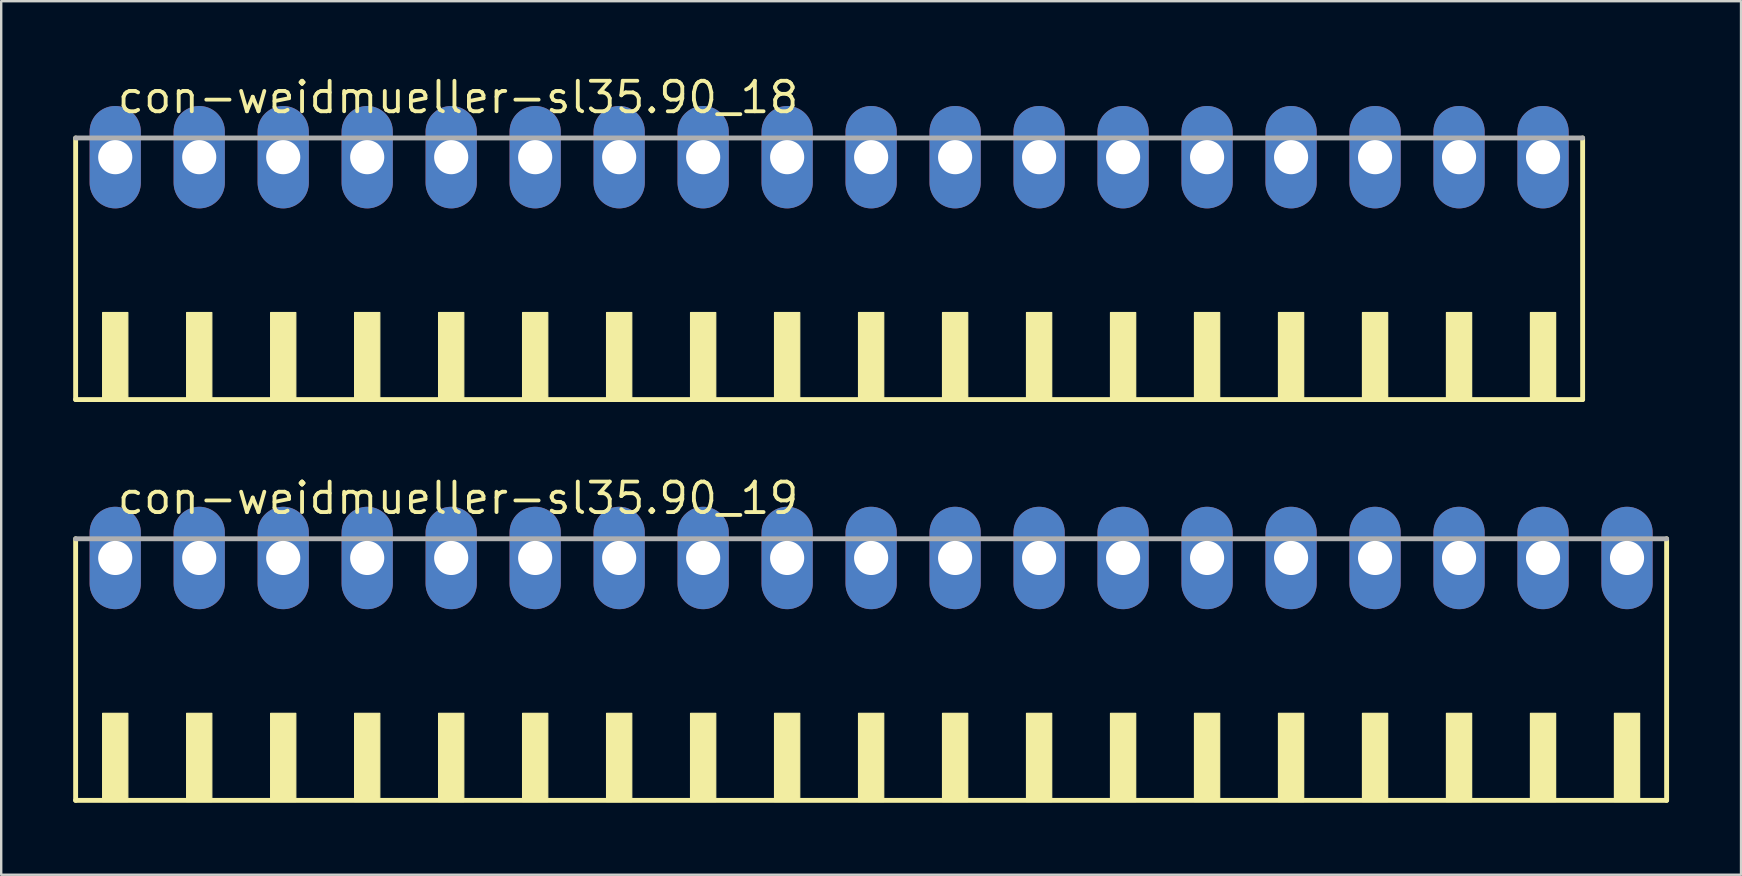
<source format=kicad_pcb>
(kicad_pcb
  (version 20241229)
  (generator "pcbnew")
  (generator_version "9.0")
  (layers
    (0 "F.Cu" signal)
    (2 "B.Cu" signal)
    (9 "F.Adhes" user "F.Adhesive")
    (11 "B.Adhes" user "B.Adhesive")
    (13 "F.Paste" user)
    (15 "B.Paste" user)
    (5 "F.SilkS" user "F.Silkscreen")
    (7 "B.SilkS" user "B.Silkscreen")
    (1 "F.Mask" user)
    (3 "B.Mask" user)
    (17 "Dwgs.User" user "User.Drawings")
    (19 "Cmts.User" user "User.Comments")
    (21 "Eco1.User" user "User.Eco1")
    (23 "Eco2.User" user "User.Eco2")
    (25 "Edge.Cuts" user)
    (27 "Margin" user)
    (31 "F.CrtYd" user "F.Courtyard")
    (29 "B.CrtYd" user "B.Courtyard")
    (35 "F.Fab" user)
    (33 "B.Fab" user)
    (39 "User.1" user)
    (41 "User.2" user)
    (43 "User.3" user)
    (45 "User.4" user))
  (footprint "con-weidmueller-sl35.90_18"
    (layer "F.Cu")
    (at 31.502 8.75)
    (property "Reference" "con-weidmueller-sl35.90_18" (at -29.75 -7 0) (layer "F.SilkS") (effects (font (size 1.27 1.27) (thickness 0.16)) (justify left bottom)))
    (attr through_hole)
    (fp_line (start -31.4 -6.05) (end -31.4 4.85) (stroke (width 0.203) (type default)) (layer "F.SilkS"))
    (fp_line (start -31.4 4.85) (end 31.4 4.85) (stroke (width 0.203) (type default)) (layer "F.SilkS"))
    (fp_line (start 31.4 4.85) (end 31.4 -6.05) (stroke (width 0.203) (type default)) (layer "F.SilkS"))
    (fp_rect (start -30.275 4.9) (end -29.225 1.225) (stroke (width 0.05) (type default)) (fill yes) (layer "F.SilkS"))
    (fp_rect (start -26.775 4.9) (end -25.725 1.225) (stroke (width 0.05) (type default)) (fill yes) (layer "F.SilkS"))
    (fp_rect (start -23.275 4.9) (end -22.225 1.225) (stroke (width 0.05) (type default)) (fill yes) (layer "F.SilkS"))
    (fp_rect (start -19.775 4.9) (end -18.725 1.225) (stroke (width 0.05) (type default)) (fill yes) (layer "F.SilkS"))
    (fp_rect (start -16.275 4.9) (end -15.225 1.225) (stroke (width 0.05) (type default)) (fill yes) (layer "F.SilkS"))
    (fp_rect (start -12.775 4.9) (end -11.725 1.225) (stroke (width 0.05) (type default)) (fill yes) (layer "F.SilkS"))
    (fp_rect (start -9.275 4.9) (end -8.225 1.225) (stroke (width 0.05) (type default)) (fill yes) (layer "F.SilkS"))
    (fp_rect (start -5.775 4.9) (end -4.725 1.225) (stroke (width 0.05) (type default)) (fill yes) (layer "F.SilkS"))
    (fp_rect (start -2.275 4.9) (end -1.225 1.225) (stroke (width 0.05) (type default)) (fill yes) (layer "F.SilkS"))
    (fp_rect (start 1.225 4.9) (end 2.275 1.225) (stroke (width 0.05) (type default)) (fill yes) (layer "F.SilkS"))
    (fp_rect (start 4.725 4.9) (end 5.775 1.225) (stroke (width 0.05) (type default)) (fill yes) (layer "F.SilkS"))
    (fp_rect (start 8.225 4.9) (end 9.275 1.225) (stroke (width 0.05) (type default)) (fill yes) (layer "F.SilkS"))
    (fp_rect (start 11.725 4.9) (end 12.775 1.225) (stroke (width 0.05) (type default)) (fill yes) (layer "F.SilkS"))
    (fp_rect (start 15.225 4.9) (end 16.275 1.225) (stroke (width 0.05) (type default)) (fill yes) (layer "F.SilkS"))
    (fp_rect (start 18.725 4.9) (end 19.775 1.225) (stroke (width 0.05) (type default)) (fill yes) (layer "F.SilkS"))
    (fp_rect (start 22.225 4.9) (end 23.275 1.225) (stroke (width 0.05) (type default)) (fill yes) (layer "F.SilkS"))
    (fp_rect (start 25.725 4.9) (end 26.775 1.225) (stroke (width 0.05) (type default)) (fill yes) (layer "F.SilkS"))
    (fp_rect (start 29.225 4.9) (end 30.275 1.225) (stroke (width 0.05) (type default)) (fill yes) (layer "F.SilkS"))
    (fp_line (start 31.4 -6.05) (end -31.4 -6.05) (stroke (width 0.203) (type default)) (layer "F.Fab"))
    (pad "1" thru_hole oval (at -29.75 -5.25 90) (size 4.267 2.134) (drill 1.422) (layers "*.Cu" "*.Mask"))
    (pad "2" thru_hole oval (at -26.25 -5.25 90) (size 4.267 2.134) (drill 1.422) (layers "*.Cu" "*.Mask"))
    (pad "3" thru_hole oval (at -22.75 -5.25 90) (size 4.267 2.134) (drill 1.422) (layers "*.Cu" "*.Mask"))
    (pad "4" thru_hole oval (at -19.25 -5.25 90) (size 4.267 2.134) (drill 1.422) (layers "*.Cu" "*.Mask"))
    (pad "5" thru_hole oval (at -15.75 -5.25 90) (size 4.267 2.134) (drill 1.422) (layers "*.Cu" "*.Mask"))
    (pad "6" thru_hole oval (at -12.25 -5.25 90) (size 4.267 2.134) (drill 1.422) (layers "*.Cu" "*.Mask"))
    (pad "7" thru_hole oval (at -8.75 -5.25 90) (size 4.267 2.134) (drill 1.422) (layers "*.Cu" "*.Mask"))
    (pad "8" thru_hole oval (at -5.25 -5.25 90) (size 4.267 2.134) (drill 1.422) (layers "*.Cu" "*.Mask"))
    (pad "9" thru_hole oval (at -1.75 -5.25 90) (size 4.267 2.134) (drill 1.422) (layers "*.Cu" "*.Mask"))
    (pad "10" thru_hole oval (at 1.75 -5.25 90) (size 4.267 2.134) (drill 1.422) (layers "*.Cu" "*.Mask"))
    (pad "11" thru_hole oval (at 5.25 -5.25 90) (size 4.267 2.134) (drill 1.422) (layers "*.Cu" "*.Mask"))
    (pad "12" thru_hole oval (at 8.75 -5.25 90) (size 4.267 2.134) (drill 1.422) (layers "*.Cu" "*.Mask"))
    (pad "13" thru_hole oval (at 12.25 -5.25 90) (size 4.267 2.134) (drill 1.422) (layers "*.Cu" "*.Mask"))
    (pad "14" thru_hole oval (at 15.75 -5.25 90) (size 4.267 2.134) (drill 1.422) (layers "*.Cu" "*.Mask"))
    (pad "15" thru_hole oval (at 19.25 -5.25 90) (size 4.267 2.134) (drill 1.422) (layers "*.Cu" "*.Mask"))
    (pad "16" thru_hole oval (at 22.75 -5.25 90) (size 4.267 2.134) (drill 1.422) (layers "*.Cu" "*.Mask"))
    (pad "17" thru_hole oval (at 26.25 -5.25 90) (size 4.267 2.134) (drill 1.422) (layers "*.Cu" "*.Mask"))
    (pad "18" thru_hole oval (at 29.75 -5.25 90) (size 4.267 2.134) (drill 1.422) (layers "*.Cu" "*.Mask")))
  (footprint "con-weidmueller-sl35.90_19"
    (layer "F.Cu")
    (at 33.252 25.452)
    (property "Reference" "con-weidmueller-sl35.90_19" (at -31.5 -7 0) (layer "F.SilkS") (effects (font (size 1.27 1.27) (thickness 0.16)) (justify left bottom)))
    (attr through_hole)
    (fp_line (start -33.15 -6.05) (end -33.15 4.85) (stroke (width 0.203) (type default)) (layer "F.SilkS"))
    (fp_line (start -33.15 4.85) (end 33.15 4.85) (stroke (width 0.203) (type default)) (layer "F.SilkS"))
    (fp_line (start 33.15 4.85) (end 33.15 -6.05) (stroke (width 0.203) (type default)) (layer "F.SilkS"))
    (fp_rect (start -32.025 4.9) (end -30.975 1.225) (stroke (width 0.05) (type default)) (fill yes) (layer "F.SilkS"))
    (fp_rect (start -28.525 4.9) (end -27.475 1.225) (stroke (width 0.05) (type default)) (fill yes) (layer "F.SilkS"))
    (fp_rect (start -25.025 4.9) (end -23.975 1.225) (stroke (width 0.05) (type default)) (fill yes) (layer "F.SilkS"))
    (fp_rect (start -21.525 4.9) (end -20.475 1.225) (stroke (width 0.05) (type default)) (fill yes) (layer "F.SilkS"))
    (fp_rect (start -18.025 4.9) (end -16.975 1.225) (stroke (width 0.05) (type default)) (fill yes) (layer "F.SilkS"))
    (fp_rect (start -14.525 4.9) (end -13.475 1.225) (stroke (width 0.05) (type default)) (fill yes) (layer "F.SilkS"))
    (fp_rect (start -11.025 4.9) (end -9.975 1.225) (stroke (width 0.05) (type default)) (fill yes) (layer "F.SilkS"))
    (fp_rect (start -7.525 4.9) (end -6.475 1.225) (stroke (width 0.05) (type default)) (fill yes) (layer "F.SilkS"))
    (fp_rect (start -4.025 4.9) (end -2.975 1.225) (stroke (width 0.05) (type default)) (fill yes) (layer "F.SilkS"))
    (fp_rect (start -0.525 4.9) (end 0.525 1.225) (stroke (width 0.05) (type default)) (fill yes) (layer "F.SilkS"))
    (fp_rect (start 2.975 4.9) (end 4.025 1.225) (stroke (width 0.05) (type default)) (fill yes) (layer "F.SilkS"))
    (fp_rect (start 6.475 4.9) (end 7.525 1.225) (stroke (width 0.05) (type default)) (fill yes) (layer "F.SilkS"))
    (fp_rect (start 9.975 4.9) (end 11.025 1.225) (stroke (width 0.05) (type default)) (fill yes) (layer "F.SilkS"))
    (fp_rect (start 13.475 4.9) (end 14.525 1.225) (stroke (width 0.05) (type default)) (fill yes) (layer "F.SilkS"))
    (fp_rect (start 16.975 4.9) (end 18.025 1.225) (stroke (width 0.05) (type default)) (fill yes) (layer "F.SilkS"))
    (fp_rect (start 20.475 4.9) (end 21.525 1.225) (stroke (width 0.05) (type default)) (fill yes) (layer "F.SilkS"))
    (fp_rect (start 23.975 4.9) (end 25.025 1.225) (stroke (width 0.05) (type default)) (fill yes) (layer "F.SilkS"))
    (fp_rect (start 27.475 4.9) (end 28.525 1.225) (stroke (width 0.05) (type default)) (fill yes) (layer "F.SilkS"))
    (fp_rect (start 30.975 4.9) (end 32.025 1.225) (stroke (width 0.05) (type default)) (fill yes) (layer "F.SilkS"))
    (fp_line (start 33.15 -6.05) (end -33.15 -6.05) (stroke (width 0.203) (type default)) (layer "F.Fab"))
    (pad "1" thru_hole oval (at -31.5 -5.25 90) (size 4.267 2.134) (drill 1.422) (layers "*.Cu" "*.Mask"))
    (pad "2" thru_hole oval (at -28 -5.25 90) (size 4.267 2.134) (drill 1.422) (layers "*.Cu" "*.Mask"))
    (pad "3" thru_hole oval (at -24.5 -5.25 90) (size 4.267 2.134) (drill 1.422) (layers "*.Cu" "*.Mask"))
    (pad "4" thru_hole oval (at -21 -5.25 90) (size 4.267 2.134) (drill 1.422) (layers "*.Cu" "*.Mask"))
    (pad "5" thru_hole oval (at -17.5 -5.25 90) (size 4.267 2.134) (drill 1.422) (layers "*.Cu" "*.Mask"))
    (pad "6" thru_hole oval (at -14 -5.25 90) (size 4.267 2.134) (drill 1.422) (layers "*.Cu" "*.Mask"))
    (pad "7" thru_hole oval (at -10.5 -5.25 90) (size 4.267 2.134) (drill 1.422) (layers "*.Cu" "*.Mask"))
    (pad "8" thru_hole oval (at -7 -5.25 90) (size 4.267 2.134) (drill 1.422) (layers "*.Cu" "*.Mask"))
    (pad "9" thru_hole oval (at -3.5 -5.25 90) (size 4.267 2.134) (drill 1.422) (layers "*.Cu" "*.Mask"))
    (pad "10" thru_hole oval (at 0 -5.25 90) (size 4.267 2.134) (drill 1.422) (layers "*.Cu" "*.Mask"))
    (pad "11" thru_hole oval (at 3.5 -5.25 90) (size 4.267 2.134) (drill 1.422) (layers "*.Cu" "*.Mask"))
    (pad "12" thru_hole oval (at 7 -5.25 90) (size 4.267 2.134) (drill 1.422) (layers "*.Cu" "*.Mask"))
    (pad "13" thru_hole oval (at 10.5 -5.25 90) (size 4.267 2.134) (drill 1.422) (layers "*.Cu" "*.Mask"))
    (pad "14" thru_hole oval (at 14 -5.25 90) (size 4.267 2.134) (drill 1.422) (layers "*.Cu" "*.Mask"))
    (pad "15" thru_hole oval (at 17.5 -5.25 90) (size 4.267 2.134) (drill 1.422) (layers "*.Cu" "*.Mask"))
    (pad "16" thru_hole oval (at 21 -5.25 90) (size 4.267 2.134) (drill 1.422) (layers "*.Cu" "*.Mask"))
    (pad "17" thru_hole oval (at 24.5 -5.25 90) (size 4.267 2.134) (drill 1.422) (layers "*.Cu" "*.Mask"))
    (pad "18" thru_hole oval (at 28 -5.25 90) (size 4.267 2.134) (drill 1.422) (layers "*.Cu" "*.Mask"))
    (pad "19" thru_hole oval (at 31.5 -5.25 90) (size 4.267 2.134) (drill 1.422) (layers "*.Cu" "*.Mask")))
  (gr_rect
    (start -3 -3)
    (end 69.503 33.403)
    (stroke (width 0.1) (type default))
    (fill no)
    (layer "Edge.Cuts")))
</source>
